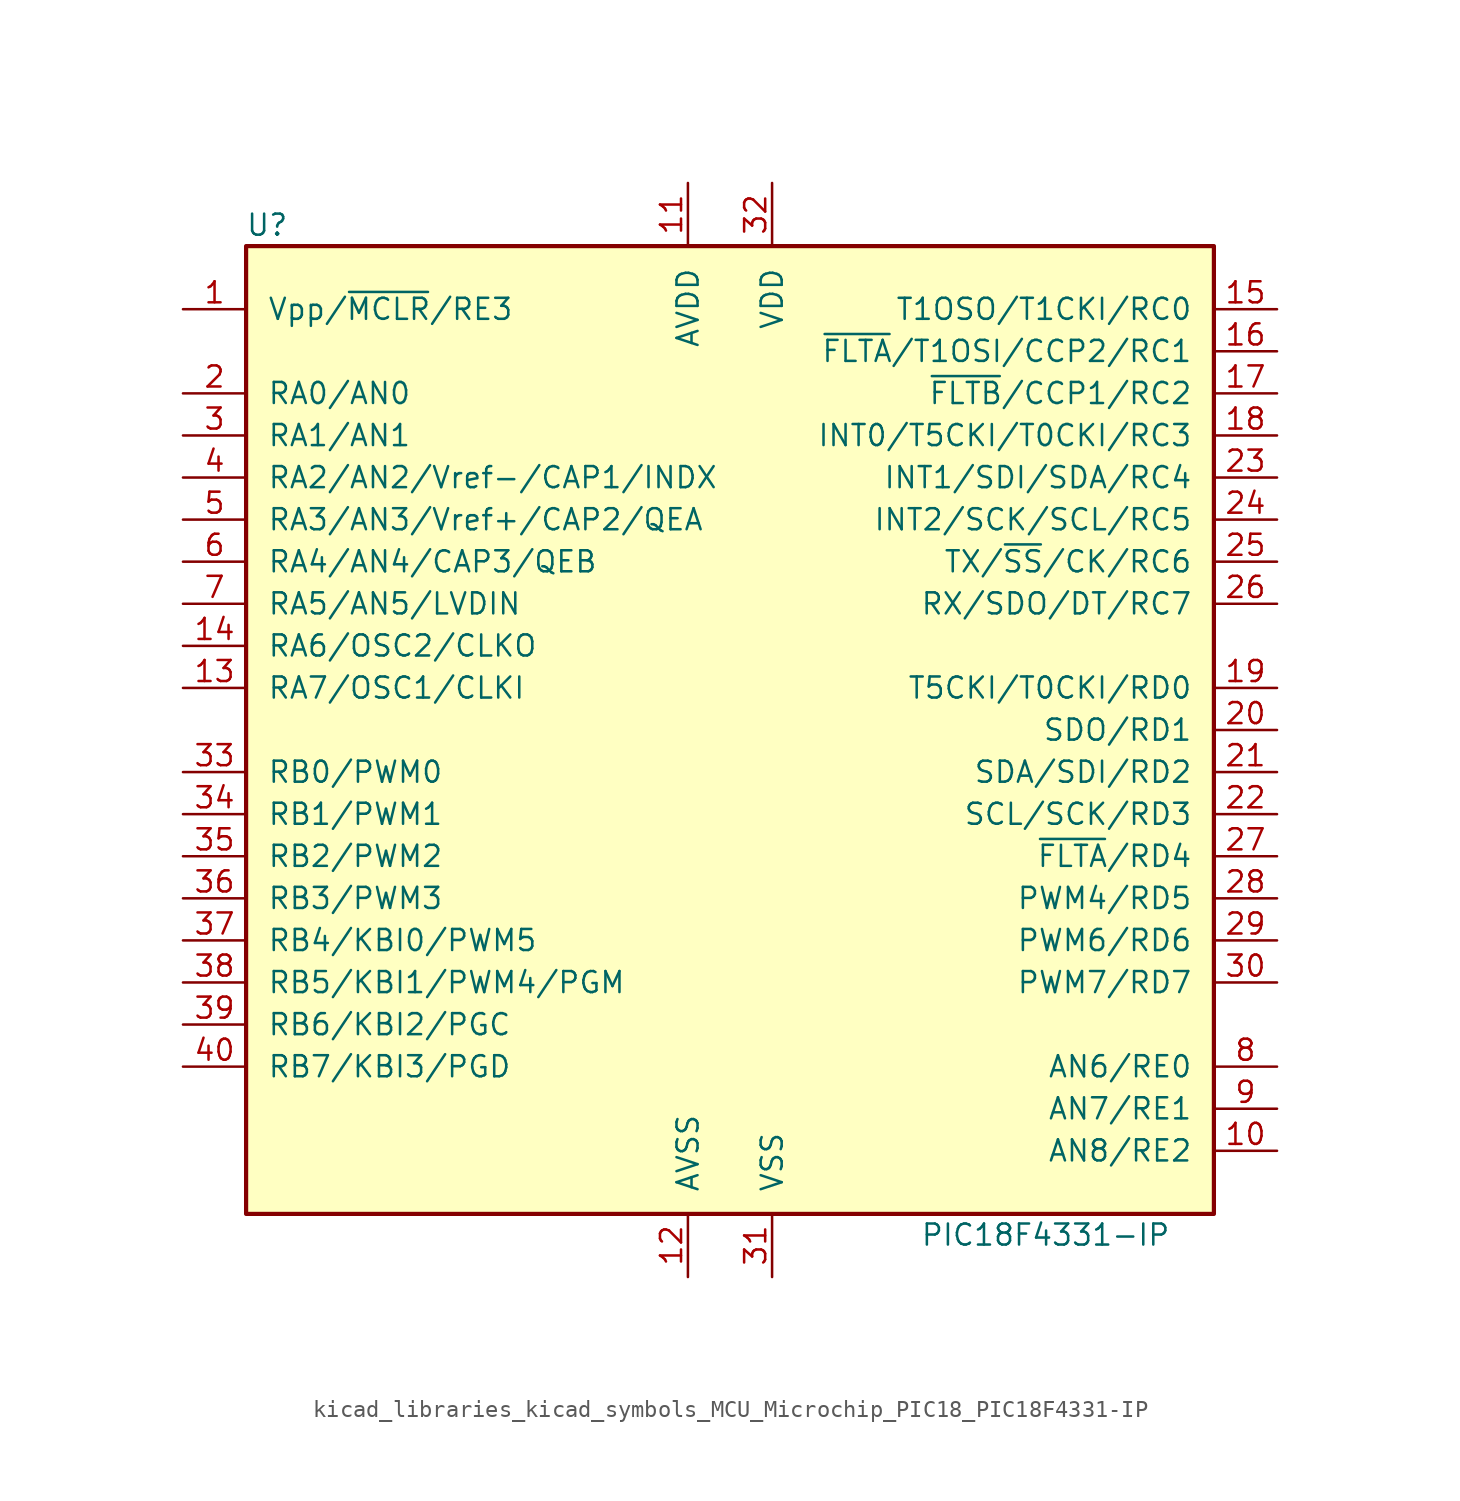
<source format=kicad_sym>
(kicad_symbol_lib
  (version 20220914)
  (generator kicad_symbol_editor)
  (symbol "kicad_libraries_kicad_symbols_MCU_Microchip_PIC18_PIC18F4331-IP"
    (pin_names
      (offset 1.27))
    (property "Reference" "U"
      (at -27.94 30.48 0)
      (effects (font (size 1.27 1.27))))
    (property "Value" "PIC18F4331-IP"
      (at 19.05 -30.48 0)
      (effects (font (size 1.27 1.27))))
    (symbol "kicad_libraries_kicad_symbols_MCU_Microchip_PIC18_PIC18F4331-IP_0_1"
      (rectangle (start -29.21 29.21) (end 29.21 -29.21) (stroke (width 0.254) (type default)) (fill (type background))))
    (symbol "kicad_libraries_kicad_symbols_MCU_Microchip_PIC18_PIC18F4331-IP_1_1"
      (pin input line (at -33.02 25.4 0) (length 3.81) (name "Vpp/~{MCLR}/RE3" (effects (font (size 1.27 1.27)))) (number "1" (effects (font (size 1.27 1.27)))))
      (pin bidirectional line (at 33.02 -25.4 180) (length 3.81) (name "AN8/RE2" (effects (font (size 1.27 1.27)))) (number "10" (effects (font (size 1.27 1.27)))))
      (pin power_in line (at -2.54 33.02 270) (length 3.81) (name "AVDD" (effects (font (size 1.27 1.27)))) (number "11" (effects (font (size 1.27 1.27)))))
      (pin power_in line (at -2.54 -33.02 90) (length 3.81) (name "AVSS" (effects (font (size 1.27 1.27)))) (number "12" (effects (font (size 1.27 1.27)))))
      (pin bidirectional line (at -33.02 2.54 0) (length 3.81) (name "RA7/OSC1/CLKI" (effects (font (size 1.27 1.27)))) (number "13" (effects (font (size 1.27 1.27)))))
      (pin bidirectional line (at -33.02 5.08 0) (length 3.81) (name "RA6/OSC2/CLKO" (effects (font (size 1.27 1.27)))) (number "14" (effects (font (size 1.27 1.27)))))
      (pin bidirectional line (at 33.02 25.4 180) (length 3.81) (name "T1OSO/T1CKI/RC0" (effects (font (size 1.27 1.27)))) (number "15" (effects (font (size 1.27 1.27)))))
      (pin bidirectional line (at 33.02 22.86 180) (length 3.81) (name "~{FLTA}/T1OSI/CCP2/RC1" (effects (font (size 1.27 1.27)))) (number "16" (effects (font (size 1.27 1.27)))))
      (pin bidirectional line (at 33.02 20.32 180) (length 3.81) (name "~{FLTB}/CCP1/RC2" (effects (font (size 1.27 1.27)))) (number "17" (effects (font (size 1.27 1.27)))))
      (pin bidirectional line (at 33.02 17.78 180) (length 3.81) (name "INT0/T5CKI/T0CKI/RC3" (effects (font (size 1.27 1.27)))) (number "18" (effects (font (size 1.27 1.27)))))
      (pin bidirectional line (at 33.02 2.54 180) (length 3.81) (name "T5CKI/T0CKI/RD0" (effects (font (size 1.27 1.27)))) (number "19" (effects (font (size 1.27 1.27)))))
      (pin bidirectional line (at -33.02 20.32 0) (length 3.81) (name "RA0/AN0" (effects (font (size 1.27 1.27)))) (number "2" (effects (font (size 1.27 1.27)))))
      (pin bidirectional line (at 33.02 0 180) (length 3.81) (name "SDO/RD1" (effects (font (size 1.27 1.27)))) (number "20" (effects (font (size 1.27 1.27)))))
      (pin bidirectional line (at 33.02 -2.54 180) (length 3.81) (name "SDA/SDI/RD2" (effects (font (size 1.27 1.27)))) (number "21" (effects (font (size 1.27 1.27)))))
      (pin bidirectional line (at 33.02 -5.08 180) (length 3.81) (name "SCL/SCK/RD3" (effects (font (size 1.27 1.27)))) (number "22" (effects (font (size 1.27 1.27)))))
      (pin bidirectional line (at 33.02 15.24 180) (length 3.81) (name "INT1/SDI/SDA/RC4" (effects (font (size 1.27 1.27)))) (number "23" (effects (font (size 1.27 1.27)))))
      (pin bidirectional line (at 33.02 12.7 180) (length 3.81) (name "INT2/SCK/SCL/RC5" (effects (font (size 1.27 1.27)))) (number "24" (effects (font (size 1.27 1.27)))))
      (pin bidirectional line (at 33.02 10.16 180) (length 3.81) (name "TX/~{SS}/CK/RC6" (effects (font (size 1.27 1.27)))) (number "25" (effects (font (size 1.27 1.27)))))
      (pin bidirectional line (at 33.02 7.62 180) (length 3.81) (name "RX/SDO/DT/RC7" (effects (font (size 1.27 1.27)))) (number "26" (effects (font (size 1.27 1.27)))))
      (pin bidirectional line (at 33.02 -7.62 180) (length 3.81) (name "~{FLTA}/RD4" (effects (font (size 1.27 1.27)))) (number "27" (effects (font (size 1.27 1.27)))))
      (pin bidirectional line (at 33.02 -10.16 180) (length 3.81) (name "PWM4/RD5" (effects (font (size 1.27 1.27)))) (number "28" (effects (font (size 1.27 1.27)))))
      (pin bidirectional line (at 33.02 -12.7 180) (length 3.81) (name "PWM6/RD6" (effects (font (size 1.27 1.27)))) (number "29" (effects (font (size 1.27 1.27)))))
      (pin bidirectional line (at -33.02 17.78 0) (length 3.81) (name "RA1/AN1" (effects (font (size 1.27 1.27)))) (number "3" (effects (font (size 1.27 1.27)))))
      (pin bidirectional line (at 33.02 -15.24 180) (length 3.81) (name "PWM7/RD7" (effects (font (size 1.27 1.27)))) (number "30" (effects (font (size 1.27 1.27)))))
      (pin power_in line (at 2.54 -33.02 90) (length 3.81) (name "VSS" (effects (font (size 1.27 1.27)))) (number "31" (effects (font (size 1.27 1.27)))))
      (pin power_in line (at 2.54 33.02 270) (length 3.81) (name "VDD" (effects (font (size 1.27 1.27)))) (number "32" (effects (font (size 1.27 1.27)))))
      (pin bidirectional line (at -33.02 -2.54 0) (length 3.81) (name "RB0/PWM0" (effects (font (size 1.27 1.27)))) (number "33" (effects (font (size 1.27 1.27)))))
      (pin bidirectional line (at -33.02 -5.08 0) (length 3.81) (name "RB1/PWM1" (effects (font (size 1.27 1.27)))) (number "34" (effects (font (size 1.27 1.27)))))
      (pin bidirectional line (at -33.02 -7.62 0) (length 3.81) (name "RB2/PWM2" (effects (font (size 1.27 1.27)))) (number "35" (effects (font (size 1.27 1.27)))))
      (pin bidirectional line (at -33.02 -10.16 0) (length 3.81) (name "RB3/PWM3" (effects (font (size 1.27 1.27)))) (number "36" (effects (font (size 1.27 1.27)))))
      (pin bidirectional line (at -33.02 -12.7 0) (length 3.81) (name "RB4/KBI0/PWM5" (effects (font (size 1.27 1.27)))) (number "37" (effects (font (size 1.27 1.27)))))
      (pin bidirectional line (at -33.02 -15.24 0) (length 3.81) (name "RB5/KBI1/PWM4/PGM" (effects (font (size 1.27 1.27)))) (number "38" (effects (font (size 1.27 1.27)))))
      (pin bidirectional line (at -33.02 -17.78 0) (length 3.81) (name "RB6/KBI2/PGC" (effects (font (size 1.27 1.27)))) (number "39" (effects (font (size 1.27 1.27)))))
      (pin bidirectional line (at -33.02 15.24 0) (length 3.81) (name "RA2/AN2/Vref-/CAP1/INDX" (effects (font (size 1.27 1.27)))) (number "4" (effects (font (size 1.27 1.27)))))
      (pin bidirectional line (at -33.02 -20.32 0) (length 3.81) (name "RB7/KBI3/PGD" (effects (font (size 1.27 1.27)))) (number "40" (effects (font (size 1.27 1.27)))))
      (pin bidirectional line (at -33.02 12.7 0) (length 3.81) (name "RA3/AN3/Vref+/CAP2/QEA" (effects (font (size 1.27 1.27)))) (number "5" (effects (font (size 1.27 1.27)))))
      (pin bidirectional line (at -33.02 10.16 0) (length 3.81) (name "RA4/AN4/CAP3/QEB" (effects (font (size 1.27 1.27)))) (number "6" (effects (font (size 1.27 1.27)))))
      (pin bidirectional line (at -33.02 7.62 0) (length 3.81) (name "RA5/AN5/LVDIN" (effects (font (size 1.27 1.27)))) (number "7" (effects (font (size 1.27 1.27)))))
      (pin bidirectional line (at 33.02 -20.32 180) (length 3.81) (name "AN6/RE0" (effects (font (size 1.27 1.27)))) (number "8" (effects (font (size 1.27 1.27)))))
      (pin bidirectional line (at 33.02 -22.86 180) (length 3.81) (name "AN7/RE1" (effects (font (size 1.27 1.27)))) (number "9" (effects (font (size 1.27 1.27))))))))
</source>
